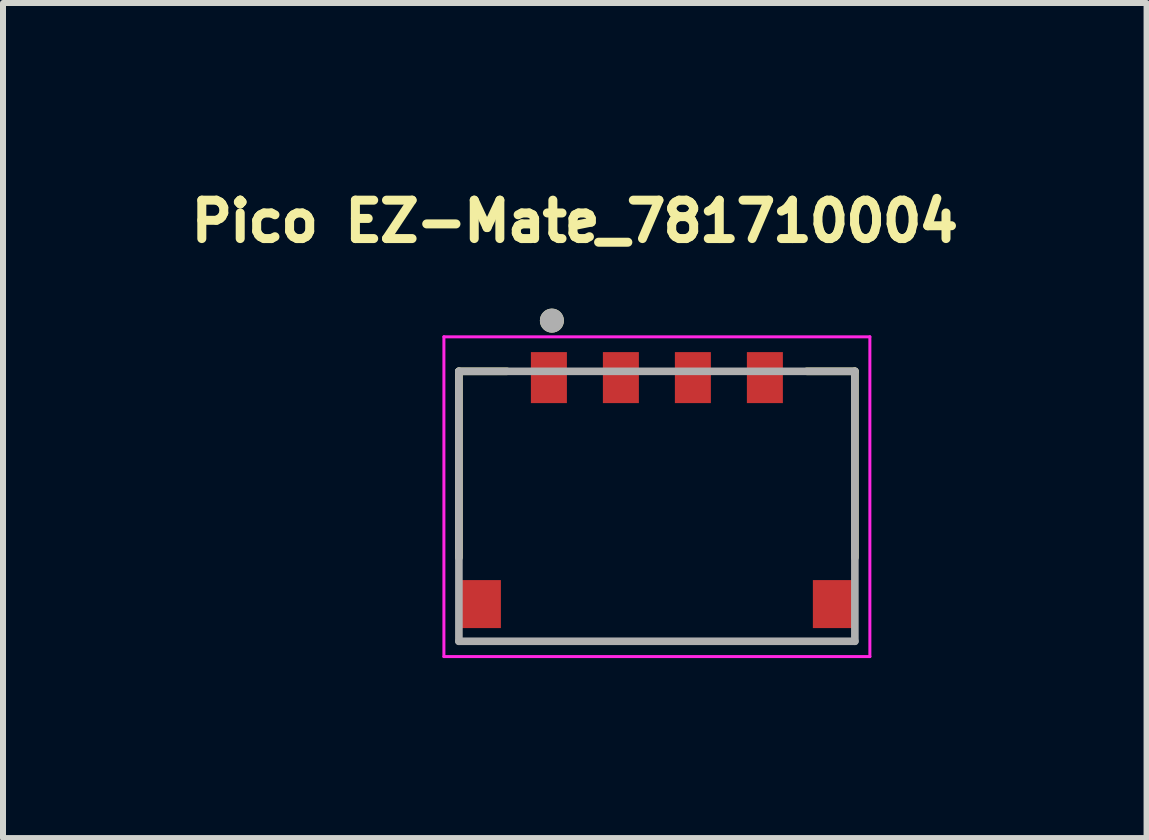
<source format=kicad_pcb>
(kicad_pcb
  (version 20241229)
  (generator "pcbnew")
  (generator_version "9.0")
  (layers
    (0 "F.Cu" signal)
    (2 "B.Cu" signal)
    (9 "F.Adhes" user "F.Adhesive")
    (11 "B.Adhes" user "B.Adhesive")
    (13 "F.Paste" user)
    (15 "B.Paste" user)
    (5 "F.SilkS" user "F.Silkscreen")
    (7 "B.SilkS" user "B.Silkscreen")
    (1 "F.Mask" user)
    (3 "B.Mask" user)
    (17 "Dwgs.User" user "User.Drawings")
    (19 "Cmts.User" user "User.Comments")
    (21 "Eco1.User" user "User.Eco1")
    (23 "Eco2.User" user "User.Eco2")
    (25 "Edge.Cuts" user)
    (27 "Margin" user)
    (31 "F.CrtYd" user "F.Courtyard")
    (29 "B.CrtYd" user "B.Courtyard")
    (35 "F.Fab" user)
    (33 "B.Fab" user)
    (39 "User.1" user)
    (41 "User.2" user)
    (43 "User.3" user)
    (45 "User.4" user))
  (footprint "Pico EZ-Mate_781710004"
    (layer "F.Cu")
    (at 7.899 3.244)
    (property "Reference" "Pico EZ-Mate_781710004" (at -1.368 -2.606 0) (layer "F.SilkS") (effects (font (size 0.64 0.64) (thickness 0.15))))
    (attr smd)
    (fp_line (start -3.3 -0.105) (end -3.3 3) (stroke (width 0.127) (type solid)) (layer "F.SilkS"))
    (fp_line (start -2.5 -0.105) (end -3.3 -0.105) (stroke (width 0.127) (type solid)) (layer "F.SilkS"))
    (fp_line (start 2.5 -0.105) (end 3.3 -0.105) (stroke (width 0.127) (type solid)) (layer "F.SilkS"))
    (fp_line (start 3.3 -0.105) (end 3.3 3) (stroke (width 0.127) (type solid)) (layer "F.SilkS"))
    (fp_circle (center -1.75 -0.95) (end -1.65 -0.95) (stroke (width 0.2) (type solid)) (fill no) (layer "F.SilkS"))
    (fp_line (start -3.55 -0.68) (end -3.55 4.65) (stroke (width 0.05) (type solid)) (layer "F.CrtYd"))
    (fp_line (start -3.55 4.65) (end 3.55 4.65) (stroke (width 0.05) (type solid)) (layer "F.CrtYd"))
    (fp_line (start 3.55 -0.68) (end -3.55 -0.68) (stroke (width 0.05) (type solid)) (layer "F.CrtYd"))
    (fp_line (start 3.55 4.65) (end 3.55 -0.68) (stroke (width 0.05) (type solid)) (layer "F.CrtYd"))
    (fp_line (start -3.3 -0.105) (end -3.3 4.395) (stroke (width 0.127) (type solid)) (layer "F.Fab"))
    (fp_line (start -3.3 4.395) (end 3.3 4.395) (stroke (width 0.127) (type solid)) (layer "F.Fab"))
    (fp_line (start 3.3 -0.105) (end -3.3 -0.105) (stroke (width 0.127) (type solid)) (layer "F.Fab"))
    (fp_line (start 3.3 4.395) (end 3.3 -0.105) (stroke (width 0.127) (type solid)) (layer "F.Fab"))
    (fp_circle (center -1.75 -0.95) (end -1.65 -0.95) (stroke (width 0.2) (type solid)) (fill no) (layer "F.Fab"))
    (pad "1" smd rect (at -1.8 0) (size 0.6 0.85) (layers "F.Cu" "F.Mask" "F.Paste"))
    (pad "2" smd rect (at -0.6 0) (size 0.6 0.85) (layers "F.Cu" "F.Mask" "F.Paste"))
    (pad "3" smd rect (at 0.6 0) (size 0.6 0.85) (layers "F.Cu" "F.Mask" "F.Paste"))
    (pad "4" smd rect (at 1.8 0) (size 0.6 0.85) (layers "F.Cu" "F.Mask" "F.Paste"))
    (pad "S1" smd rect (at 2.95 3.775) (size 0.7 0.8) (layers "F.Cu" "F.Mask" "F.Paste"))
    (pad "S2" smd rect (at -2.95 3.775) (size 0.7 0.8) (layers "F.Cu" "F.Mask" "F.Paste")))
  (gr_rect
    (start -3 -3)
    (end 16.061 10.919)
    (stroke (width 0.1) (type default))
    (fill no)
    (layer "Edge.Cuts")))
</source>
